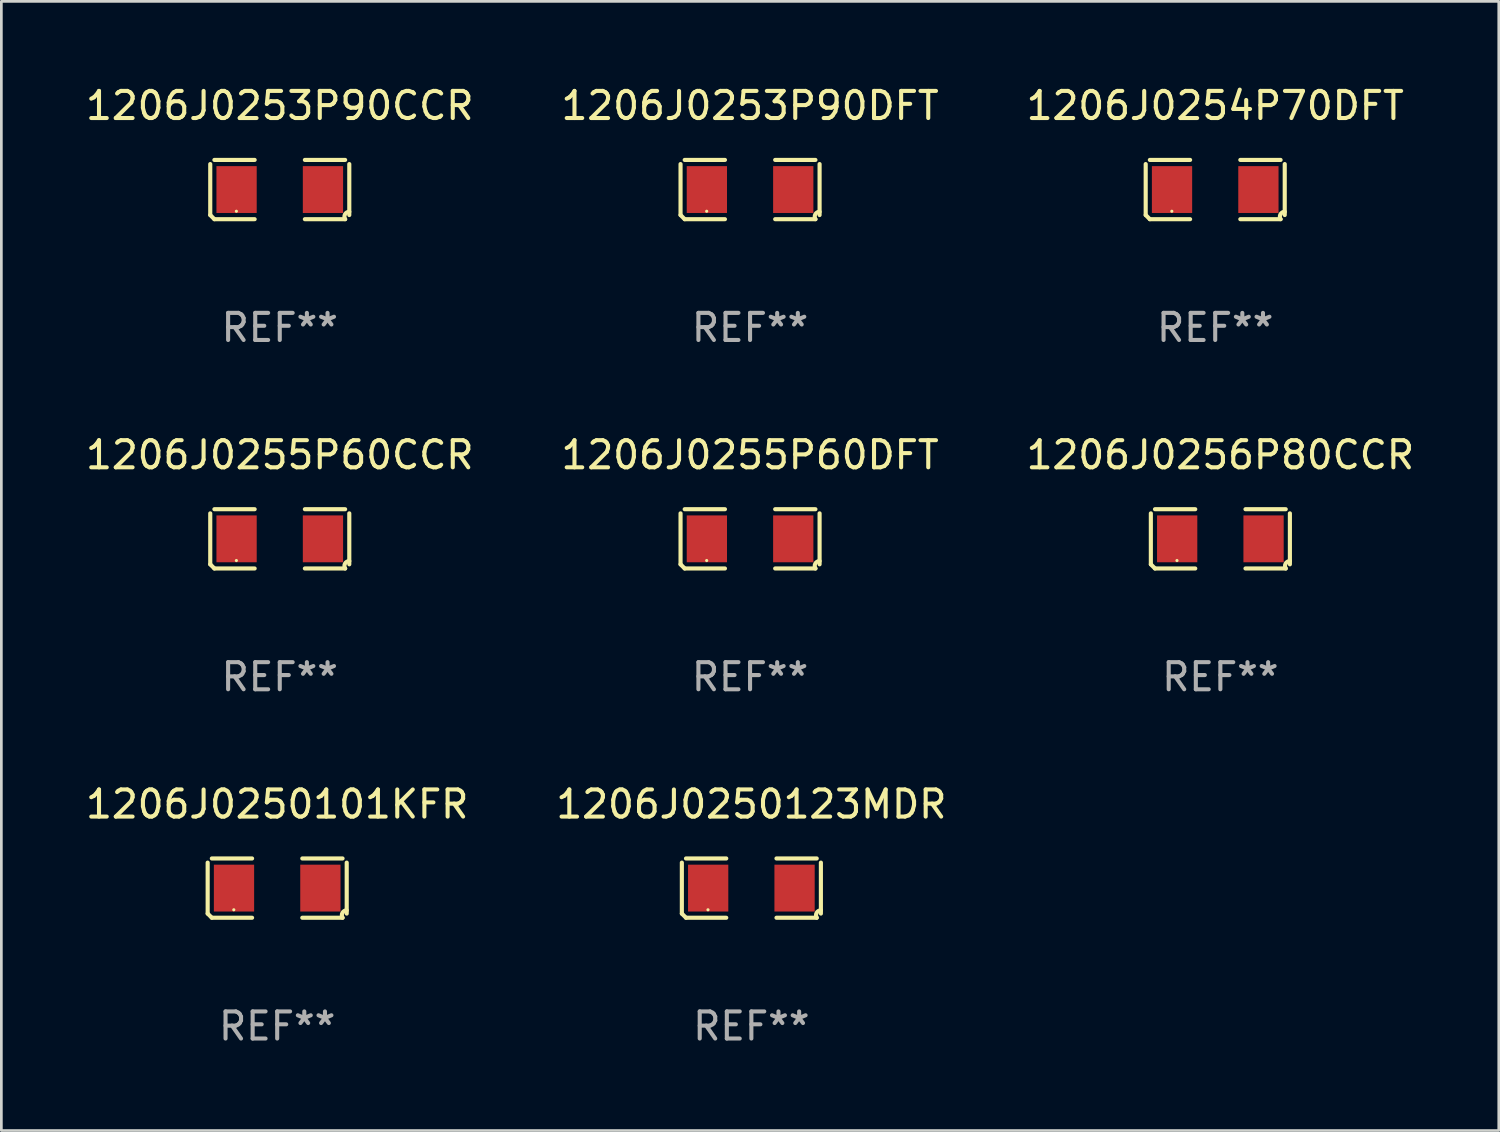
<source format=kicad_pcb>
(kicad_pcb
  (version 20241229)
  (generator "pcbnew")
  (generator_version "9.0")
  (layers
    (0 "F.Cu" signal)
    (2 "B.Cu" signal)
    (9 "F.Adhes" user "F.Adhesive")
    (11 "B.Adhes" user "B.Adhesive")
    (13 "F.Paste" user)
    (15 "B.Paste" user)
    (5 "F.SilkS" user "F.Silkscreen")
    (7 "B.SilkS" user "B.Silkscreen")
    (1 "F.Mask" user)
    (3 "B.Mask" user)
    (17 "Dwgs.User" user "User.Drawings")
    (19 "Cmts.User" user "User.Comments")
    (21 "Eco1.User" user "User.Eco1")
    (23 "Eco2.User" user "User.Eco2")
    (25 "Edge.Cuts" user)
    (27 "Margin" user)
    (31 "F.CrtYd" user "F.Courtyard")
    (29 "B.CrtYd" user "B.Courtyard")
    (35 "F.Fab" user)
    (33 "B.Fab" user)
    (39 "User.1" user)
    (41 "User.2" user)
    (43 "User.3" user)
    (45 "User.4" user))
  (footprint "1206J0253P90CCR"
    (layer "F.Cu")
    (at 7.268 3.941)
    (property "Reference" "1206J0253P90CCR" (at 0 -3.093 0) (layer "F.SilkS") (effects (font (size 1 1) (thickness 0.15))))
    (attr through_hole)
    (fp_line (start -2.564 0.94) (end -2.564 -0.94) (stroke (width 0.152) (type solid)) (layer "F.SilkS"))
    (fp_line (start -2.411 -1.093) (end -0.926 -1.093) (stroke (width 0.152) (type solid)) (layer "F.SilkS"))
    (fp_line (start -0.926 1.093) (end -2.411 1.093) (stroke (width 0.152) (type solid)) (layer "F.SilkS"))
    (fp_line (start 0.926 1.093) (end 2.411 1.093) (stroke (width 0.152) (type solid)) (layer "F.SilkS"))
    (fp_line (start 2.411 -1.093) (end 0.926 -1.093) (stroke (width 0.152) (type solid)) (layer "F.SilkS"))
    (fp_line (start 2.564 0.94) (end 2.564 -0.94) (stroke (width 0.152) (type solid)) (layer "F.SilkS"))
    (fp_arc (start -2.411201 1.092609) (mid -2.487413 1.01642) (end -2.563602 0.940208) (stroke (width 0.1524) (type solid)) (layer "F.SilkS"))
    (fp_arc (start 2.411201 1.092609) (mid 2.407159 0.911226) (end 2.563602 0.819347) (stroke (width 0.1524) (type solid)) (layer "F.SilkS"))
    (fp_circle (center -1.6 0.8) (end -1.57 0.8) (stroke (width 0.06) (type solid)) (fill no) (layer "F.SilkS"))
    (fp_text user "REF**" (at 0 5.093 0) (layer "F.Fab") (effects (font (size 1 1) (thickness 0.15))))
    (pad "1" smd rect (at -1.593 0) (size 1.485 1.728) (layers "F.Cu" "F.Mask" "F.Paste"))
    (pad "2" smd rect (at 1.593 0) (size 1.485 1.728) (layers "F.Cu" "F.Mask" "F.Paste")))
  (footprint "1206J0250123MDR"
    (layer "F.Cu")
    (at 24.661 29.704)
    (property "Reference" "1206J0250123MDR" (at 0 -3.093 0) (layer "F.SilkS") (effects (font (size 1 1) (thickness 0.15))))
    (attr through_hole)
    (fp_line (start -2.564 0.94) (end -2.564 -0.94) (stroke (width 0.152) (type solid)) (layer "F.SilkS"))
    (fp_line (start -2.411 -1.093) (end -0.926 -1.093) (stroke (width 0.152) (type solid)) (layer "F.SilkS"))
    (fp_line (start -0.926 1.093) (end -2.411 1.093) (stroke (width 0.152) (type solid)) (layer "F.SilkS"))
    (fp_line (start 0.926 1.093) (end 2.411 1.093) (stroke (width 0.152) (type solid)) (layer "F.SilkS"))
    (fp_line (start 2.411 -1.093) (end 0.926 -1.093) (stroke (width 0.152) (type solid)) (layer "F.SilkS"))
    (fp_line (start 2.564 0.94) (end 2.564 -0.94) (stroke (width 0.152) (type solid)) (layer "F.SilkS"))
    (fp_arc (start -2.411201 1.092609) (mid -2.487413 1.01642) (end -2.563602 0.940208) (stroke (width 0.1524) (type solid)) (layer "F.SilkS"))
    (fp_arc (start 2.411201 1.092609) (mid 2.407159 0.911226) (end 2.563602 0.819347) (stroke (width 0.1524) (type solid)) (layer "F.SilkS"))
    (fp_circle (center -1.6 0.8) (end -1.57 0.8) (stroke (width 0.06) (type solid)) (fill no) (layer "F.SilkS"))
    (fp_text user "REF**" (at 0 5.093 0) (layer "F.Fab") (effects (font (size 1 1) (thickness 0.15))))
    (pad "1" smd rect (at -1.593 0) (size 1.485 1.728) (layers "F.Cu" "F.Mask" "F.Paste"))
    (pad "2" smd rect (at 1.593 0) (size 1.485 1.728) (layers "F.Cu" "F.Mask" "F.Paste")))
  (footprint "1206J0255P60CCR"
    (layer "F.Cu")
    (at 7.268 16.823)
    (property "Reference" "1206J0255P60CCR" (at 0 -3.093 0) (layer "F.SilkS") (effects (font (size 1 1) (thickness 0.15))))
    (attr through_hole)
    (fp_line (start -2.564 0.94) (end -2.564 -0.94) (stroke (width 0.152) (type solid)) (layer "F.SilkS"))
    (fp_line (start -2.411 -1.093) (end -0.926 -1.093) (stroke (width 0.152) (type solid)) (layer "F.SilkS"))
    (fp_line (start -0.926 1.093) (end -2.411 1.093) (stroke (width 0.152) (type solid)) (layer "F.SilkS"))
    (fp_line (start 0.926 1.093) (end 2.411 1.093) (stroke (width 0.152) (type solid)) (layer "F.SilkS"))
    (fp_line (start 2.411 -1.093) (end 0.926 -1.093) (stroke (width 0.152) (type solid)) (layer "F.SilkS"))
    (fp_line (start 2.564 0.94) (end 2.564 -0.94) (stroke (width 0.152) (type solid)) (layer "F.SilkS"))
    (fp_arc (start -2.411201 1.092609) (mid -2.487413 1.01642) (end -2.563602 0.940208) (stroke (width 0.1524) (type solid)) (layer "F.SilkS"))
    (fp_arc (start 2.411201 1.092609) (mid 2.407159 0.911226) (end 2.563602 0.819347) (stroke (width 0.1524) (type solid)) (layer "F.SilkS"))
    (fp_circle (center -1.6 0.8) (end -1.57 0.8) (stroke (width 0.06) (type solid)) (fill no) (layer "F.SilkS"))
    (fp_text user "REF**" (at 0 5.093 0) (layer "F.Fab") (effects (font (size 1 1) (thickness 0.15))))
    (pad "1" smd rect (at -1.593 0) (size 1.485 1.728) (layers "F.Cu" "F.Mask" "F.Paste"))
    (pad "2" smd rect (at 1.593 0) (size 1.485 1.728) (layers "F.Cu" "F.Mask" "F.Paste")))
  (footprint "1206J0250101KFR"
    (layer "F.Cu")
    (at 7.173 29.704)
    (property "Reference" "1206J0250101KFR" (at 0 -3.093 0) (layer "F.SilkS") (effects (font (size 1 1) (thickness 0.15))))
    (attr through_hole)
    (fp_line (start -2.564 0.94) (end -2.564 -0.94) (stroke (width 0.152) (type solid)) (layer "F.SilkS"))
    (fp_line (start -2.411 -1.093) (end -0.926 -1.093) (stroke (width 0.152) (type solid)) (layer "F.SilkS"))
    (fp_line (start -0.926 1.093) (end -2.411 1.093) (stroke (width 0.152) (type solid)) (layer "F.SilkS"))
    (fp_line (start 0.926 1.093) (end 2.411 1.093) (stroke (width 0.152) (type solid)) (layer "F.SilkS"))
    (fp_line (start 2.411 -1.093) (end 0.926 -1.093) (stroke (width 0.152) (type solid)) (layer "F.SilkS"))
    (fp_line (start 2.564 0.94) (end 2.564 -0.94) (stroke (width 0.152) (type solid)) (layer "F.SilkS"))
    (fp_arc (start -2.411201 1.092609) (mid -2.487413 1.01642) (end -2.563602 0.940208) (stroke (width 0.1524) (type solid)) (layer "F.SilkS"))
    (fp_arc (start 2.411201 1.092609) (mid 2.407159 0.911226) (end 2.563602 0.819347) (stroke (width 0.1524) (type solid)) (layer "F.SilkS"))
    (fp_circle (center -1.6 0.8) (end -1.57 0.8) (stroke (width 0.06) (type solid)) (fill no) (layer "F.SilkS"))
    (fp_text user "REF**" (at 0 5.093 0) (layer "F.Fab") (effects (font (size 1 1) (thickness 0.15))))
    (pad "1" smd rect (at -1.593 0) (size 1.485 1.728) (layers "F.Cu" "F.Mask" "F.Paste"))
    (pad "2" smd rect (at 1.593 0) (size 1.485 1.728) (layers "F.Cu" "F.Mask" "F.Paste")))
  (footprint "1206J0256P80CCR"
    (layer "F.Cu")
    (at 41.958 16.823)
    (property "Reference" "1206J0256P80CCR" (at 0 -3.093 0) (layer "F.SilkS") (effects (font (size 1 1) (thickness 0.15))))
    (attr through_hole)
    (fp_line (start -2.564 0.94) (end -2.564 -0.94) (stroke (width 0.152) (type solid)) (layer "F.SilkS"))
    (fp_line (start -2.411 -1.093) (end -0.926 -1.093) (stroke (width 0.152) (type solid)) (layer "F.SilkS"))
    (fp_line (start -0.926 1.093) (end -2.411 1.093) (stroke (width 0.152) (type solid)) (layer "F.SilkS"))
    (fp_line (start 0.926 1.093) (end 2.411 1.093) (stroke (width 0.152) (type solid)) (layer "F.SilkS"))
    (fp_line (start 2.411 -1.093) (end 0.926 -1.093) (stroke (width 0.152) (type solid)) (layer "F.SilkS"))
    (fp_line (start 2.564 0.94) (end 2.564 -0.94) (stroke (width 0.152) (type solid)) (layer "F.SilkS"))
    (fp_arc (start -2.411201 1.092609) (mid -2.487413 1.01642) (end -2.563602 0.940208) (stroke (width 0.1524) (type solid)) (layer "F.SilkS"))
    (fp_arc (start 2.411201 1.092609) (mid 2.407159 0.911226) (end 2.563602 0.819347) (stroke (width 0.1524) (type solid)) (layer "F.SilkS"))
    (fp_circle (center -1.6 0.8) (end -1.57 0.8) (stroke (width 0.06) (type solid)) (fill no) (layer "F.SilkS"))
    (fp_text user "REF**" (at 0 5.093 0) (layer "F.Fab") (effects (font (size 1 1) (thickness 0.15))))
    (pad "1" smd rect (at -1.593 0) (size 1.485 1.728) (layers "F.Cu" "F.Mask" "F.Paste"))
    (pad "2" smd rect (at 1.593 0) (size 1.485 1.728) (layers "F.Cu" "F.Mask" "F.Paste")))
  (footprint "1206J0253P90DFT"
    (layer "F.Cu")
    (at 24.613 3.941)
    (property "Reference" "1206J0253P90DFT" (at 0 -3.093 0) (layer "F.SilkS") (effects (font (size 1 1) (thickness 0.15))))
    (attr through_hole)
    (fp_line (start -2.564 0.94) (end -2.564 -0.94) (stroke (width 0.152) (type solid)) (layer "F.SilkS"))
    (fp_line (start -2.411 -1.093) (end -0.926 -1.093) (stroke (width 0.152) (type solid)) (layer "F.SilkS"))
    (fp_line (start -0.926 1.093) (end -2.411 1.093) (stroke (width 0.152) (type solid)) (layer "F.SilkS"))
    (fp_line (start 0.926 1.093) (end 2.411 1.093) (stroke (width 0.152) (type solid)) (layer "F.SilkS"))
    (fp_line (start 2.411 -1.093) (end 0.926 -1.093) (stroke (width 0.152) (type solid)) (layer "F.SilkS"))
    (fp_line (start 2.564 0.94) (end 2.564 -0.94) (stroke (width 0.152) (type solid)) (layer "F.SilkS"))
    (fp_arc (start -2.411201 1.092609) (mid -2.487413 1.01642) (end -2.563602 0.940208) (stroke (width 0.1524) (type solid)) (layer "F.SilkS"))
    (fp_arc (start 2.411201 1.092609) (mid 2.407159 0.911226) (end 2.563602 0.819347) (stroke (width 0.1524) (type solid)) (layer "F.SilkS"))
    (fp_circle (center -1.6 0.8) (end -1.57 0.8) (stroke (width 0.06) (type solid)) (fill no) (layer "F.SilkS"))
    (fp_text user "REF**" (at 0 5.093 0) (layer "F.Fab") (effects (font (size 1 1) (thickness 0.15))))
    (pad "1" smd rect (at -1.593 0) (size 1.485 1.728) (layers "F.Cu" "F.Mask" "F.Paste"))
    (pad "2" smd rect (at 1.593 0) (size 1.485 1.728) (layers "F.Cu" "F.Mask" "F.Paste")))
  (footprint "1206J0254P70DFT"
    (layer "F.Cu")
    (at 41.768 3.941)
    (property "Reference" "1206J0254P70DFT" (at 0 -3.093 0) (layer "F.SilkS") (effects (font (size 1 1) (thickness 0.15))))
    (attr through_hole)
    (fp_line (start -2.564 0.94) (end -2.564 -0.94) (stroke (width 0.152) (type solid)) (layer "F.SilkS"))
    (fp_line (start -2.411 -1.093) (end -0.926 -1.093) (stroke (width 0.152) (type solid)) (layer "F.SilkS"))
    (fp_line (start -0.926 1.093) (end -2.411 1.093) (stroke (width 0.152) (type solid)) (layer "F.SilkS"))
    (fp_line (start 0.926 1.093) (end 2.411 1.093) (stroke (width 0.152) (type solid)) (layer "F.SilkS"))
    (fp_line (start 2.411 -1.093) (end 0.926 -1.093) (stroke (width 0.152) (type solid)) (layer "F.SilkS"))
    (fp_line (start 2.564 0.94) (end 2.564 -0.94) (stroke (width 0.152) (type solid)) (layer "F.SilkS"))
    (fp_arc (start -2.411201 1.092609) (mid -2.487413 1.01642) (end -2.563602 0.940208) (stroke (width 0.1524) (type solid)) (layer "F.SilkS"))
    (fp_arc (start 2.411201 1.092609) (mid 2.407159 0.911226) (end 2.563602 0.819347) (stroke (width 0.1524) (type solid)) (layer "F.SilkS"))
    (fp_circle (center -1.6 0.8) (end -1.57 0.8) (stroke (width 0.06) (type solid)) (fill no) (layer "F.SilkS"))
    (fp_text user "REF**" (at 0 5.093 0) (layer "F.Fab") (effects (font (size 1 1) (thickness 0.15))))
    (pad "1" smd rect (at -1.593 0) (size 1.485 1.728) (layers "F.Cu" "F.Mask" "F.Paste"))
    (pad "2" smd rect (at 1.593 0) (size 1.485 1.728) (layers "F.Cu" "F.Mask" "F.Paste")))
  (footprint "1206J0255P60DFT"
    (layer "F.Cu")
    (at 24.613 16.823)
    (property "Reference" "1206J0255P60DFT" (at 0 -3.093 0) (layer "F.SilkS") (effects (font (size 1 1) (thickness 0.15))))
    (attr through_hole)
    (fp_line (start -2.564 0.94) (end -2.564 -0.94) (stroke (width 0.152) (type solid)) (layer "F.SilkS"))
    (fp_line (start -2.411 -1.093) (end -0.926 -1.093) (stroke (width 0.152) (type solid)) (layer "F.SilkS"))
    (fp_line (start -0.926 1.093) (end -2.411 1.093) (stroke (width 0.152) (type solid)) (layer "F.SilkS"))
    (fp_line (start 0.926 1.093) (end 2.411 1.093) (stroke (width 0.152) (type solid)) (layer "F.SilkS"))
    (fp_line (start 2.411 -1.093) (end 0.926 -1.093) (stroke (width 0.152) (type solid)) (layer "F.SilkS"))
    (fp_line (start 2.564 0.94) (end 2.564 -0.94) (stroke (width 0.152) (type solid)) (layer "F.SilkS"))
    (fp_arc (start -2.411201 1.092609) (mid -2.487413 1.01642) (end -2.563602 0.940208) (stroke (width 0.1524) (type solid)) (layer "F.SilkS"))
    (fp_arc (start 2.411201 1.092609) (mid 2.407159 0.911226) (end 2.563602 0.819347) (stroke (width 0.1524) (type solid)) (layer "F.SilkS"))
    (fp_circle (center -1.6 0.8) (end -1.57 0.8) (stroke (width 0.06) (type solid)) (fill no) (layer "F.SilkS"))
    (fp_text user "REF**" (at 0 5.093 0) (layer "F.Fab") (effects (font (size 1 1) (thickness 0.15))))
    (pad "1" smd rect (at -1.593 0) (size 1.485 1.728) (layers "F.Cu" "F.Mask" "F.Paste"))
    (pad "2" smd rect (at 1.593 0) (size 1.485 1.728) (layers "F.Cu" "F.Mask" "F.Paste")))
  (gr_rect
    (start -3 -3)
    (end 52.226 38.645)
    (stroke (width 0.1) (type default))
    (fill no)
    (layer "Edge.Cuts")))
</source>
